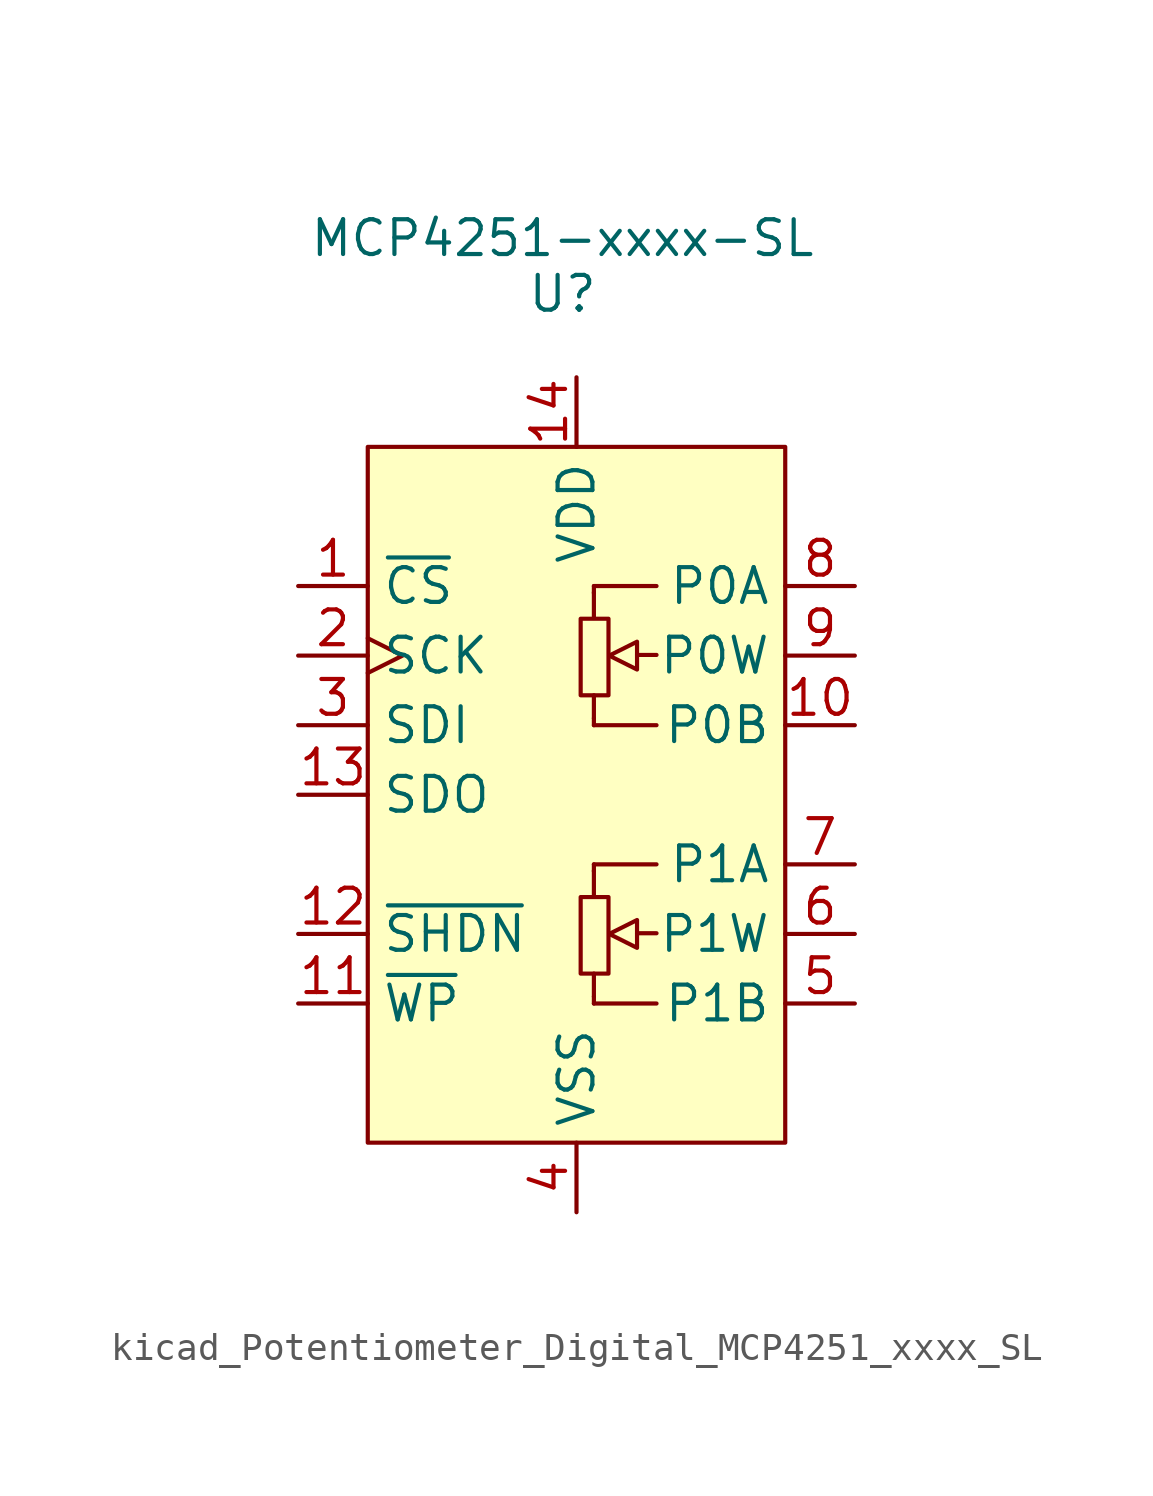
<source format=kicad_sym>
(kicad_symbol_lib
  (version 20220914)
  (generator kicad_symbol_editor)
  (symbol "kicad_Potentiometer_Digital_MCP4251_xxxx_SL"
    (property "Reference" "U"
      (at -0.508 18.288 0)
      (effects (font (size 1.27 1.27))))
    (property "Value" "MCP4251-xxxx-SL"
      (at -0.508 20.32 0)
      (effects (font (size 1.27 1.27))))
    (symbol "kicad_Potentiometer_Digital_MCP4251_xxxx_SL_1_1"
      (polyline (pts (xy 0.635 -7.366) (xy 0.635 -6.528)) (stroke (width 0) (type default)) (fill (type none)))
      (polyline (pts (xy 0.635 -2.769) (xy 0.635 -3.708)) (stroke (width 0) (type default)) (fill (type none)))
      (polyline (pts (xy 0.635 2.794) (xy 0.635 3.632)) (stroke (width 0) (type default)) (fill (type none)))
      (polyline (pts (xy 0.635 7.391) (xy 0.635 6.452)) (stroke (width 0) (type default)) (fill (type none)))
      (polyline (pts (xy 2.21 -5.055) (xy 2.921 -5.055)) (stroke (width 0) (type default)) (fill (type none)))
      (polyline (pts (xy 2.21 5.105) (xy 2.921 5.105)) (stroke (width 0) (type default)) (fill (type none)))
      (polyline (pts (xy 0.635 -7.62) (xy 0.635 -7.366) (xy 0.635 -7.366)) (stroke (width 0) (type default)) (fill (type background)))
      (polyline (pts (xy 0.635 -7.62) (xy 2.921 -7.62) (xy 2.921 -7.62)) (stroke (width 0) (type default)) (fill (type background)))
      (polyline (pts (xy 0.635 -2.54) (xy 0.635 -2.794) (xy 0.635 -2.794)) (stroke (width 0) (type default)) (fill (type none)))
      (polyline (pts (xy 0.635 -2.54) (xy 2.921 -2.54) (xy 2.921 -2.54)) (stroke (width 0) (type default)) (fill (type background)))
      (polyline (pts (xy 0.635 2.54) (xy 0.635 2.794) (xy 0.635 2.794)) (stroke (width 0) (type default)) (fill (type background)))
      (polyline (pts (xy 0.635 2.54) (xy 2.921 2.54) (xy 2.921 2.54)) (stroke (width 0) (type default)) (fill (type background)))
      (polyline (pts (xy 0.635 7.62) (xy 0.635 7.366) (xy 0.635 7.366)) (stroke (width 0) (type default)) (fill (type none)))
      (polyline (pts (xy 0.635 7.62) (xy 2.921 7.62) (xy 2.921 7.62)) (stroke (width 0) (type default)) (fill (type background)))
      (polyline (pts (xy 2.21 -4.572) (xy 2.21 -5.588) (xy 1.194 -5.08) (xy 2.21 -4.572) (xy 2.21 -4.572)) (stroke (width 0) (type default)) (fill (type background)))
      (polyline (pts (xy 2.21 5.588) (xy 2.21 4.572) (xy 1.194 5.08) (xy 2.21 5.588) (xy 2.21 5.588)) (stroke (width 0) (type default)) (fill (type background)))
      (polyline (pts (xy 0 12.7) (xy 7.62 12.7) (xy 7.62 0) (xy 7.62 -12.7) (xy -7.62 -12.7) (xy -7.62 12.7) (xy 0 12.7)) (stroke (width 0) (type default)) (fill (type background)))
      (rectangle (start 0.152 -3.734) (end 1.168 -6.528) (stroke (width 0) (type default)) (fill (type none)))
      (rectangle (start 0.152 6.426) (end 1.168 3.632) (stroke (width 0) (type default)) (fill (type none)))
      (pin input line (at -10.16 7.62 0) (length 2.54) (name "~{CS}" (effects (font (size 1.27 1.27)))) (number "1" (effects (font (size 1.27 1.27)))))
      (pin passive line (at 10.16 2.54 180) (length 2.54) (name "P0B" (effects (font (size 1.27 1.27)))) (number "10" (effects (font (size 1.27 1.27)))))
      (pin input line (at -10.16 -7.62 0) (length 2.54) (name "~{WP}" (effects (font (size 1.27 1.27)))) (number "11" (effects (font (size 1.27 1.27)))))
      (pin input line (at -10.16 -5.08 0) (length 2.54) (name "~{SHDN}" (effects (font (size 1.27 1.27)))) (number "12" (effects (font (size 1.27 1.27)))))
      (pin output line (at -10.16 0 0) (length 2.54) (name "SDO" (effects (font (size 1.27 1.27)))) (number "13" (effects (font (size 1.27 1.27)))))
      (pin power_in line (at 0 15.24 270) (length 2.54) (name "VDD" (effects (font (size 1.27 1.27)))) (number "14" (effects (font (size 1.27 1.27)))))
      (pin input clock (at -10.16 5.08 0) (length 2.54) (name "SCK" (effects (font (size 1.27 1.27)))) (number "2" (effects (font (size 1.27 1.27)))))
      (pin input line (at -10.16 2.54 0) (length 2.54) (name "SDI" (effects (font (size 1.27 1.27)))) (number "3" (effects (font (size 1.27 1.27)))))
      (pin power_in line (at 0 -15.24 90) (length 2.54) (name "VSS" (effects (font (size 1.27 1.27)))) (number "4" (effects (font (size 1.27 1.27)))))
      (pin passive line (at 10.16 -7.62 180) (length 2.54) (name "P1B" (effects (font (size 1.27 1.27)))) (number "5" (effects (font (size 1.27 1.27)))))
      (pin passive line (at 10.16 -5.08 180) (length 2.54) (name "P1W" (effects (font (size 1.27 1.27)))) (number "6" (effects (font (size 1.27 1.27)))))
      (pin passive line (at 10.16 -2.54 180) (length 2.54) (name "P1A" (effects (font (size 1.27 1.27)))) (number "7" (effects (font (size 1.27 1.27)))))
      (pin passive line (at 10.16 7.62 180) (length 2.54) (name "P0A" (effects (font (size 1.27 1.27)))) (number "8" (effects (font (size 1.27 1.27)))))
      (pin passive line (at 10.16 5.08 180) (length 2.54) (name "P0W" (effects (font (size 1.27 1.27)))) (number "9" (effects (font (size 1.27 1.27))))))))
</source>
